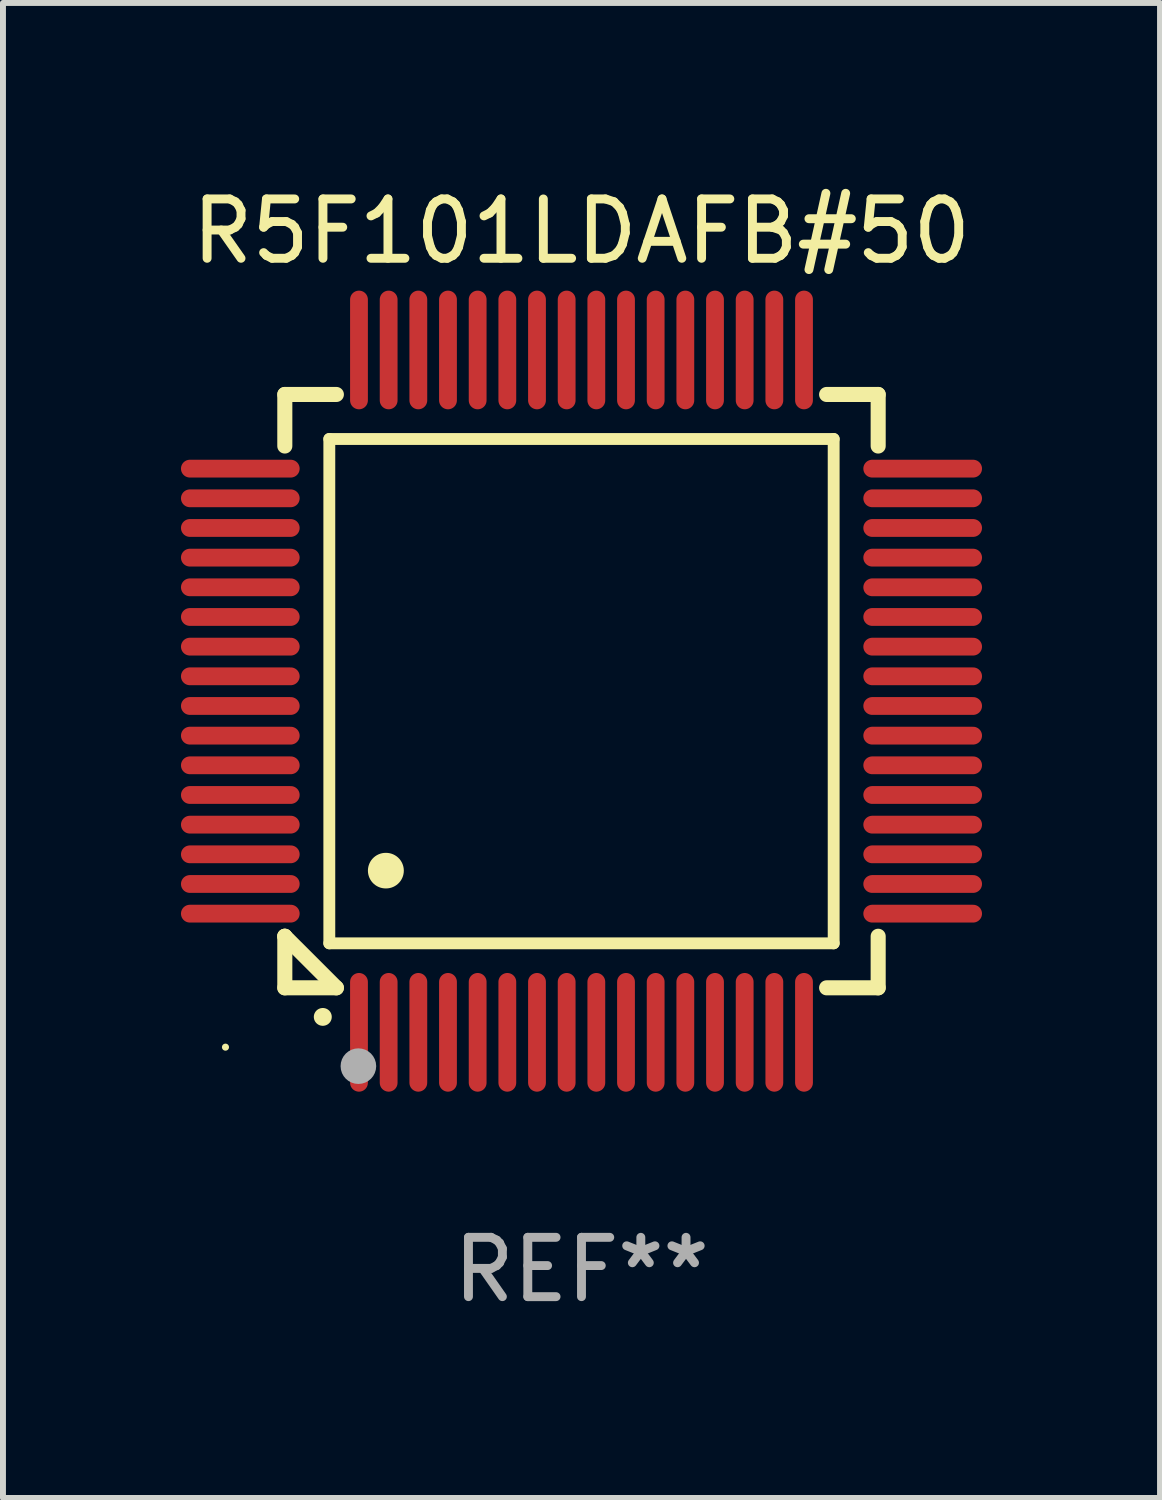
<source format=kicad_pcb>
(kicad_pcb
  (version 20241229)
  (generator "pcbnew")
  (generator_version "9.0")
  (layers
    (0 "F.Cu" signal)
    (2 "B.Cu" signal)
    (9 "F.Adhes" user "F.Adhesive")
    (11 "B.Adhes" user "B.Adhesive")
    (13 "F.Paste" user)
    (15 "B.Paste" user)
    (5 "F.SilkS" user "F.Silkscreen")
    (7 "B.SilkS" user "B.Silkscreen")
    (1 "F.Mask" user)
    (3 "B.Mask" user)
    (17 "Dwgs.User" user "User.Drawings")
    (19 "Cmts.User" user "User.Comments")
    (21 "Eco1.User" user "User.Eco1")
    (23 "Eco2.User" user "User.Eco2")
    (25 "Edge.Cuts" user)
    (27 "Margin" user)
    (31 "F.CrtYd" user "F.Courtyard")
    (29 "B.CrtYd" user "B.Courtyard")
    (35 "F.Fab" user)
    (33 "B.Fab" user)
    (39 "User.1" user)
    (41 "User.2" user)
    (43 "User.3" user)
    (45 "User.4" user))
  (footprint "R5F101LDAFB#50"
    (layer "F.Cu")
    (at 6.75 8.598)
    (property "Reference" "R5F101LDAFB#50" (at 0 -7.75 0) (layer "F.SilkS") (effects (font (size 1 1) (thickness 0.15))))
    (attr through_hole)
    (fp_line (start -5 -5) (end -4.131 -5) (stroke (width 0.254) (type solid)) (layer "F.SilkS"))
    (fp_line (start -5 -4.131) (end -5 -5) (stroke (width 0.254) (type solid)) (layer "F.SilkS"))
    (fp_line (start -5 4.131) (end -5 4.131) (stroke (width 0.254) (type solid)) (layer "F.SilkS"))
    (fp_line (start -5 5) (end -5 4.131) (stroke (width 0.254) (type solid)) (layer "F.SilkS"))
    (fp_line (start -5 4.131) (end -4.131 5) (stroke (width 0.254) (type solid)) (layer "F.SilkS"))
    (fp_line (start -4.25 -4.25) (end -4.25 4.25) (stroke (width 0.2) (type solid)) (layer "F.SilkS"))
    (fp_line (start -4.25 4.25) (end 4.25 4.25) (stroke (width 0.2) (type solid)) (layer "F.SilkS"))
    (fp_line (start -4.131 5) (end -5 5) (stroke (width 0.254) (type solid)) (layer "F.SilkS"))
    (fp_line (start 4.25 -4.25) (end -4.25 -4.25) (stroke (width 0.2) (type solid)) (layer "F.SilkS"))
    (fp_line (start 4.25 4.25) (end 4.25 -4.25) (stroke (width 0.2) (type solid)) (layer "F.SilkS"))
    (fp_line (start 5 -5) (end 4.131 -5) (stroke (width 0.254) (type solid)) (layer "F.SilkS"))
    (fp_line (start 5 -5) (end 5 -4.131) (stroke (width 0.254) (type solid)) (layer "F.SilkS"))
    (fp_line (start 5 4.131) (end 5 5) (stroke (width 0.254) (type solid)) (layer "F.SilkS"))
    (fp_line (start 5 5) (end 4.131 5) (stroke (width 0.254) (type solid)) (layer "F.SilkS"))
    (fp_arc (start -4.361265 5.489992) (mid -4.359995 5.489987) (end -4.358725 5.489992) (stroke (width 0.3) (type solid)) (layer "F.SilkS"))
    (fp_arc (start -3.299467 3.025146) (mid -3.296927 3.025135) (end -3.294387 3.025146) (stroke (width 0.6) (type solid)) (layer "F.SilkS"))
    (fp_circle (center -6 6) (end -5.97 6) (stroke (width 0.06) (type solid)) (fill no) (layer "F.SilkS"))
    (fp_circle (center -3.76 6.32) (end -3.61 6.32) (stroke (width 0.3) (type solid)) (fill no) (layer "F.Fab"))
    (fp_text user "REF**" (at 0 9.75 0) (layer "F.Fab") (effects (font (size 1 1) (thickness 0.15))))
    (pad "1" smd oval (at -3.75 5.75) (size 0.3 2) (layers "F.Cu" "F.Mask" "F.Paste"))
    (pad "2" smd oval (at -3.25 5.75) (size 0.3 2) (layers "F.Cu" "F.Mask" "F.Paste"))
    (pad "3" smd oval (at -2.75 5.75) (size 0.3 2) (layers "F.Cu" "F.Mask" "F.Paste"))
    (pad "4" smd oval (at -2.25 5.75) (size 0.3 2) (layers "F.Cu" "F.Mask" "F.Paste"))
    (pad "5" smd oval (at -1.75 5.75) (size 0.3 2) (layers "F.Cu" "F.Mask" "F.Paste"))
    (pad "6" smd oval (at -1.25 5.75) (size 0.3 2) (layers "F.Cu" "F.Mask" "F.Paste"))
    (pad "7" smd oval (at -0.75 5.75) (size 0.3 2) (layers "F.Cu" "F.Mask" "F.Paste"))
    (pad "8" smd oval (at -0.25 5.75) (size 0.3 2) (layers "F.Cu" "F.Mask" "F.Paste"))
    (pad "9" smd oval (at 0.25 5.75) (size 0.3 2) (layers "F.Cu" "F.Mask" "F.Paste"))
    (pad "10" smd oval (at 0.75 5.75) (size 0.3 2) (layers "F.Cu" "F.Mask" "F.Paste"))
    (pad "11" smd oval (at 1.25 5.75) (size 0.3 2) (layers "F.Cu" "F.Mask" "F.Paste"))
    (pad "12" smd oval (at 1.75 5.75) (size 0.3 2) (layers "F.Cu" "F.Mask" "F.Paste"))
    (pad "13" smd oval (at 2.25 5.75) (size 0.3 2) (layers "F.Cu" "F.Mask" "F.Paste"))
    (pad "14" smd oval (at 2.75 5.75) (size 0.3 2) (layers "F.Cu" "F.Mask" "F.Paste"))
    (pad "15" smd oval (at 3.25 5.75) (size 0.3 2) (layers "F.Cu" "F.Mask" "F.Paste"))
    (pad "16" smd oval (at 3.75 5.75) (size 0.3 2) (layers "F.Cu" "F.Mask" "F.Paste"))
    (pad "17" smd oval (at 5.75 3.75) (size 2 0.3) (layers "F.Cu" "F.Mask" "F.Paste"))
    (pad "18" smd oval (at 5.75 3.25) (size 2 0.3) (layers "F.Cu" "F.Mask" "F.Paste"))
    (pad "19" smd oval (at 5.75 2.75) (size 2 0.3) (layers "F.Cu" "F.Mask" "F.Paste"))
    (pad "20" smd oval (at 5.75 2.25) (size 2 0.3) (layers "F.Cu" "F.Mask" "F.Paste"))
    (pad "21" smd oval (at 5.75 1.75) (size 2 0.3) (layers "F.Cu" "F.Mask" "F.Paste"))
    (pad "22" smd oval (at 5.75 1.25) (size 2 0.3) (layers "F.Cu" "F.Mask" "F.Paste"))
    (pad "23" smd oval (at 5.75 0.75) (size 2 0.3) (layers "F.Cu" "F.Mask" "F.Paste"))
    (pad "24" smd oval (at 5.75 0.25) (size 2 0.3) (layers "F.Cu" "F.Mask" "F.Paste"))
    (pad "25" smd oval (at 5.75 -0.25) (size 2 0.3) (layers "F.Cu" "F.Mask" "F.Paste"))
    (pad "26" smd oval (at 5.75 -0.75) (size 2 0.3) (layers "F.Cu" "F.Mask" "F.Paste"))
    (pad "27" smd oval (at 5.75 -1.25) (size 2 0.3) (layers "F.Cu" "F.Mask" "F.Paste"))
    (pad "28" smd oval (at 5.75 -1.75) (size 2 0.3) (layers "F.Cu" "F.Mask" "F.Paste"))
    (pad "29" smd oval (at 5.75 -2.25) (size 2 0.3) (layers "F.Cu" "F.Mask" "F.Paste"))
    (pad "30" smd oval (at 5.75 -2.75) (size 2 0.3) (layers "F.Cu" "F.Mask" "F.Paste"))
    (pad "31" smd oval (at 5.75 -3.25) (size 2 0.3) (layers "F.Cu" "F.Mask" "F.Paste"))
    (pad "32" smd oval (at 5.75 -3.75) (size 2 0.3) (layers "F.Cu" "F.Mask" "F.Paste"))
    (pad "33" smd oval (at 3.75 -5.75) (size 0.3 2) (layers "F.Cu" "F.Mask" "F.Paste"))
    (pad "34" smd oval (at 3.25 -5.75) (size 0.3 2) (layers "F.Cu" "F.Mask" "F.Paste"))
    (pad "35" smd oval (at 2.75 -5.75) (size 0.3 2) (layers "F.Cu" "F.Mask" "F.Paste"))
    (pad "36" smd oval (at 2.25 -5.75) (size 0.3 2) (layers "F.Cu" "F.Mask" "F.Paste"))
    (pad "37" smd oval (at 1.75 -5.75) (size 0.3 2) (layers "F.Cu" "F.Mask" "F.Paste"))
    (pad "38" smd oval (at 1.25 -5.75) (size 0.3 2) (layers "F.Cu" "F.Mask" "F.Paste"))
    (pad "39" smd oval (at 0.75 -5.75) (size 0.3 2) (layers "F.Cu" "F.Mask" "F.Paste"))
    (pad "40" smd oval (at 0.25 -5.75) (size 0.3 2) (layers "F.Cu" "F.Mask" "F.Paste"))
    (pad "41" smd oval (at -0.25 -5.75) (size 0.3 2) (layers "F.Cu" "F.Mask" "F.Paste"))
    (pad "42" smd oval (at -0.75 -5.75) (size 0.3 2) (layers "F.Cu" "F.Mask" "F.Paste"))
    (pad "43" smd oval (at -1.25 -5.75) (size 0.3 2) (layers "F.Cu" "F.Mask" "F.Paste"))
    (pad "44" smd oval (at -1.75 -5.75) (size 0.3 2) (layers "F.Cu" "F.Mask" "F.Paste"))
    (pad "45" smd oval (at -2.25 -5.75) (size 0.3 2) (layers "F.Cu" "F.Mask" "F.Paste"))
    (pad "46" smd oval (at -2.75 -5.75) (size 0.3 2) (layers "F.Cu" "F.Mask" "F.Paste"))
    (pad "47" smd oval (at -3.25 -5.75) (size 0.3 2) (layers "F.Cu" "F.Mask" "F.Paste"))
    (pad "48" smd oval (at -3.75 -5.75) (size 0.3 2) (layers "F.Cu" "F.Mask" "F.Paste"))
    (pad "49" smd oval (at -5.75 -3.75) (size 2 0.3) (layers "F.Cu" "F.Mask" "F.Paste"))
    (pad "50" smd oval (at -5.75 -3.25) (size 2 0.3) (layers "F.Cu" "F.Mask" "F.Paste"))
    (pad "51" smd oval (at -5.75 -2.75) (size 2 0.3) (layers "F.Cu" "F.Mask" "F.Paste"))
    (pad "52" smd oval (at -5.75 -2.25) (size 2 0.3) (layers "F.Cu" "F.Mask" "F.Paste"))
    (pad "53" smd oval (at -5.75 -1.75) (size 2 0.3) (layers "F.Cu" "F.Mask" "F.Paste"))
    (pad "54" smd oval (at -5.75 -1.25) (size 2 0.3) (layers "F.Cu" "F.Mask" "F.Paste"))
    (pad "55" smd oval (at -5.75 -0.75) (size 2 0.3) (layers "F.Cu" "F.Mask" "F.Paste"))
    (pad "56" smd oval (at -5.75 -0.25) (size 2 0.3) (layers "F.Cu" "F.Mask" "F.Paste"))
    (pad "57" smd oval (at -5.75 0.25) (size 2 0.3) (layers "F.Cu" "F.Mask" "F.Paste"))
    (pad "58" smd oval (at -5.75 0.75) (size 2 0.3) (layers "F.Cu" "F.Mask" "F.Paste"))
    (pad "59" smd oval (at -5.75 1.25) (size 2 0.3) (layers "F.Cu" "F.Mask" "F.Paste"))
    (pad "60" smd oval (at -5.75 1.75) (size 2 0.3) (layers "F.Cu" "F.Mask" "F.Paste"))
    (pad "61" smd oval (at -5.75 2.25) (size 2 0.3) (layers "F.Cu" "F.Mask" "F.Paste"))
    (pad "62" smd oval (at -5.75 2.75) (size 2 0.3) (layers "F.Cu" "F.Mask" "F.Paste"))
    (pad "63" smd oval (at -5.75 3.25) (size 2 0.3) (layers "F.Cu" "F.Mask" "F.Paste"))
    (pad "64" smd oval (at -5.75 3.75) (size 2 0.3) (layers "F.Cu" "F.Mask" "F.Paste")))
  (gr_rect
    (start -3 -3)
    (end 16.5 22.196)
    (stroke (width 0.1) (type default))
    (fill no)
    (layer "Edge.Cuts")))
</source>
